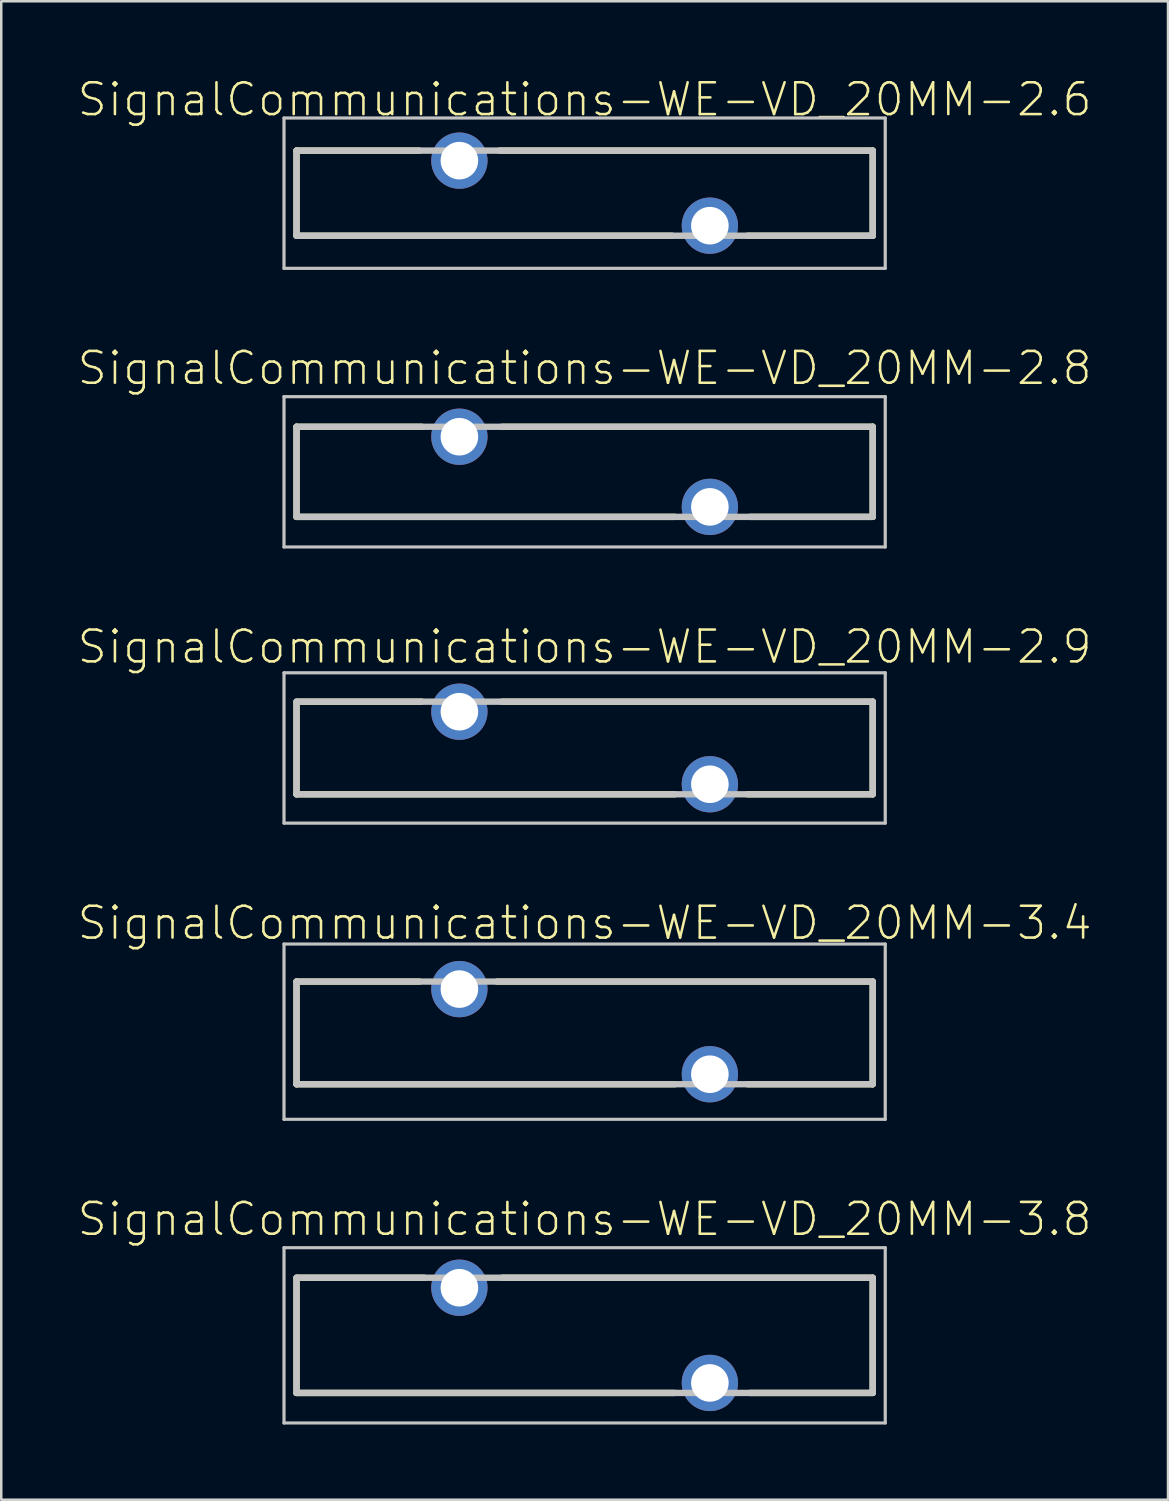
<source format=kicad_pcb>
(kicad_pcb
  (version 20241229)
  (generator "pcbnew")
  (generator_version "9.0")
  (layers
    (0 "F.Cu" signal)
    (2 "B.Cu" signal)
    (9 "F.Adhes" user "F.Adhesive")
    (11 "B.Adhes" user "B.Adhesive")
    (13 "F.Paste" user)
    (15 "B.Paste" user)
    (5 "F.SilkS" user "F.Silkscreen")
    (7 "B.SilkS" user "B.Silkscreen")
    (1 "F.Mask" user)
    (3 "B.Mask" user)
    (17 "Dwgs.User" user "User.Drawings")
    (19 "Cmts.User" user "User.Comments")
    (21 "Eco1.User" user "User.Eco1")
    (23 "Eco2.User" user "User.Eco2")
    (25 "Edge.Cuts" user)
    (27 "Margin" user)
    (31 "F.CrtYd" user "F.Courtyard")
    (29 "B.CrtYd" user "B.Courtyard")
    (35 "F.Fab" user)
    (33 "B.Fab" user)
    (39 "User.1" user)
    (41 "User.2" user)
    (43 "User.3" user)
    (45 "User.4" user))
  (footprint "SignalCommunications-WE-VD_20MM-2.8"
    (layer "F.Cu")
    (at 20.285 15.782)
    (property "Reference" "SignalCommunications-WE-VD_20MM-2.8" (at 0 -4.138 0) (layer "F.SilkS") (effects (font (size 1.27 1.27) (thickness 0.102))))
    (attr exclude_from_pos_files exclude_from_bom)
    (fp_line (start -11.499 -1.798) (end -6.5 -1.798) (stroke (width 0.254) (type solid)) (layer "F.SilkS"))
    (fp_line (start -11.499 1.798) (end -11.499 -1.798) (stroke (width 0.254) (type solid)) (layer "F.SilkS"))
    (fp_line (start -3.299 -1.798) (end 11.499 -1.798) (stroke (width 0.254) (type solid)) (layer "F.SilkS"))
    (fp_line (start 3.599 1.798) (end -11.499 1.798) (stroke (width 0.254) (type solid)) (layer "F.SilkS"))
    (fp_line (start 11.499 -1.798) (end 11.499 1.798) (stroke (width 0.254) (type solid)) (layer "F.SilkS"))
    (fp_line (start 11.499 1.798) (end 6.599 1.798) (stroke (width 0.254) (type solid)) (layer "F.SilkS"))
    (fp_line (start -11.999 -3) (end 11.999 -3) (stroke (width 0.127) (type solid)) (layer "Dwgs.User"))
    (fp_line (start -11.999 3) (end -11.999 -3) (stroke (width 0.127) (type solid)) (layer "Dwgs.User"))
    (fp_line (start -11.499 -1.798) (end 11.499 -1.798) (stroke (width 0.254) (type solid)) (layer "Dwgs.User"))
    (fp_line (start -11.499 1.798) (end -11.499 -1.798) (stroke (width 0.254) (type solid)) (layer "Dwgs.User"))
    (fp_line (start 11.499 -1.798) (end 11.499 1.798) (stroke (width 0.254) (type solid)) (layer "Dwgs.User"))
    (fp_line (start 11.499 1.798) (end -11.499 1.798) (stroke (width 0.254) (type solid)) (layer "Dwgs.User"))
    (fp_line (start 11.999 -3) (end 11.999 3) (stroke (width 0.127) (type solid)) (layer "Dwgs.User"))
    (fp_line (start 11.999 3) (end -11.999 3) (stroke (width 0.127) (type solid)) (layer "Dwgs.User"))
    (pad "1" thru_hole circle (at -4.999 -1.4) (size 2.248 2.248) (drill 1.499) (layers "*.Cu" "*.Paste" "*.Mask"))
    (pad "2" thru_hole circle (at 4.999 1.4) (size 2.248 2.248) (drill 1.499) (layers "*.Cu" "*.Paste" "*.Mask")))
  (footprint "SignalCommunications-WE-VD_20MM-3.4"
    (layer "F.Cu")
    (at 20.285 38.128)
    (property "Reference" "SignalCommunications-WE-VD_20MM-3.4" (at 0 -4.338 0) (layer "F.SilkS") (effects (font (size 1.27 1.27) (thickness 0.102))))
    (attr exclude_from_pos_files exclude_from_bom)
    (fp_line (start -11.499 -1.999) (end -6.599 -1.999) (stroke (width 0.254) (type solid)) (layer "F.SilkS"))
    (fp_line (start -11.499 2.098) (end -11.499 -1.999) (stroke (width 0.254) (type solid)) (layer "F.SilkS"))
    (fp_line (start -3.498 -1.999) (end 11.499 -1.999) (stroke (width 0.254) (type solid)) (layer "F.SilkS"))
    (fp_line (start 3.599 2.098) (end -11.499 2.098) (stroke (width 0.254) (type solid)) (layer "F.SilkS"))
    (fp_line (start 11.499 -1.999) (end 11.499 2.098) (stroke (width 0.254) (type solid)) (layer "F.SilkS"))
    (fp_line (start 11.499 2.098) (end 6.5 2.098) (stroke (width 0.254) (type solid)) (layer "F.SilkS"))
    (fp_line (start -11.999 -3.498) (end 11.999 -3.498) (stroke (width 0.127) (type solid)) (layer "Dwgs.User"))
    (fp_line (start -11.999 3.498) (end -11.999 -3.498) (stroke (width 0.127) (type solid)) (layer "Dwgs.User"))
    (fp_line (start -11.499 -1.999) (end 11.499 -1.999) (stroke (width 0.254) (type solid)) (layer "Dwgs.User"))
    (fp_line (start -11.499 2.098) (end -11.499 -1.999) (stroke (width 0.254) (type solid)) (layer "Dwgs.User"))
    (fp_line (start 11.499 -1.999) (end 11.499 2.098) (stroke (width 0.254) (type solid)) (layer "Dwgs.User"))
    (fp_line (start 11.499 2.098) (end -11.499 2.098) (stroke (width 0.254) (type solid)) (layer "Dwgs.User"))
    (fp_line (start 11.999 -3.498) (end 11.999 3.498) (stroke (width 0.127) (type solid)) (layer "Dwgs.User"))
    (fp_line (start 11.999 3.498) (end -11.999 3.498) (stroke (width 0.127) (type solid)) (layer "Dwgs.User"))
    (pad "1" thru_hole circle (at -4.999 -1.699) (size 2.248 2.248) (drill 1.499) (layers "*.Cu" "*.Paste" "*.Mask"))
    (pad "2" thru_hole circle (at 4.999 1.699) (size 2.248 2.248) (drill 1.499) (layers "*.Cu" "*.Paste" "*.Mask")))
  (footprint "SignalCommunications-WE-VD_20MM-2.6"
    (layer "F.Cu")
    (at 20.285 4.66)
    (property "Reference" "SignalCommunications-WE-VD_20MM-2.6" (at 0 -3.739 0) (layer "F.SilkS") (effects (font (size 1.27 1.27) (thickness 0.102))))
    (attr exclude_from_pos_files exclude_from_bom)
    (fp_line (start -11.499 -1.699) (end -6.599 -1.699) (stroke (width 0.254) (type solid)) (layer "F.SilkS"))
    (fp_line (start -11.499 1.699) (end -11.499 -1.699) (stroke (width 0.254) (type solid)) (layer "F.SilkS"))
    (fp_line (start -3.399 -1.699) (end 11.499 -1.699) (stroke (width 0.254) (type solid)) (layer "F.SilkS"))
    (fp_line (start 3.498 1.699) (end -11.499 1.699) (stroke (width 0.254) (type solid)) (layer "F.SilkS"))
    (fp_line (start 11.499 -1.699) (end 11.499 1.699) (stroke (width 0.254) (type solid)) (layer "F.SilkS"))
    (fp_line (start 11.499 1.699) (end 6.5 1.699) (stroke (width 0.254) (type solid)) (layer "F.SilkS"))
    (fp_line (start -11.999 -3) (end 11.999 -3) (stroke (width 0.127) (type solid)) (layer "Dwgs.User"))
    (fp_line (start -11.999 3) (end -11.999 -3) (stroke (width 0.127) (type solid)) (layer "Dwgs.User"))
    (fp_line (start -11.499 -1.699) (end 11.499 -1.699) (stroke (width 0.254) (type solid)) (layer "Dwgs.User"))
    (fp_line (start -11.499 1.699) (end -11.499 -1.699) (stroke (width 0.254) (type solid)) (layer "Dwgs.User"))
    (fp_line (start 11.499 -1.699) (end 11.499 1.699) (stroke (width 0.254) (type solid)) (layer "Dwgs.User"))
    (fp_line (start 11.499 1.699) (end -11.499 1.699) (stroke (width 0.254) (type solid)) (layer "Dwgs.User"))
    (fp_line (start 11.999 -3) (end 11.999 3) (stroke (width 0.127) (type solid)) (layer "Dwgs.User"))
    (fp_line (start 11.999 3) (end -11.999 3) (stroke (width 0.127) (type solid)) (layer "Dwgs.User"))
    (pad "1" thru_hole circle (at -4.999 -1.298) (size 2.248 2.248) (drill 1.499) (layers "*.Cu" "*.Paste" "*.Mask"))
    (pad "2" thru_hole circle (at 4.999 1.298) (size 2.248 2.248) (drill 1.499) (layers "*.Cu" "*.Paste" "*.Mask")))
  (footprint "SignalCommunications-WE-VD_20MM-3.8"
    (layer "F.Cu")
    (at 20.285 50.249)
    (property "Reference" "SignalCommunications-WE-VD_20MM-3.8" (at 0 -4.638 0) (layer "F.SilkS") (effects (font (size 1.27 1.27) (thickness 0.102))))
    (attr exclude_from_pos_files exclude_from_bom)
    (fp_line (start -11.499 -2.299) (end -6.398 -2.299) (stroke (width 0.254) (type solid)) (layer "F.SilkS"))
    (fp_line (start -11.499 2.299) (end -11.499 -2.2) (stroke (width 0.254) (type solid)) (layer "F.SilkS"))
    (fp_line (start -3.299 -2.299) (end 11.499 -2.299) (stroke (width 0.254) (type solid)) (layer "F.SilkS"))
    (fp_line (start 3.599 2.299) (end -11.499 2.299) (stroke (width 0.254) (type solid)) (layer "F.SilkS"))
    (fp_line (start 11.499 -2.299) (end 11.499 2.299) (stroke (width 0.254) (type solid)) (layer "F.SilkS"))
    (fp_line (start 11.499 2.299) (end 6.599 2.299) (stroke (width 0.254) (type solid)) (layer "F.SilkS"))
    (fp_line (start -11.999 -3.498) (end 11.999 -3.498) (stroke (width 0.127) (type solid)) (layer "Dwgs.User"))
    (fp_line (start -11.999 3.498) (end -11.999 -3.498) (stroke (width 0.127) (type solid)) (layer "Dwgs.User"))
    (fp_line (start -11.499 -2.299) (end 11.499 -2.299) (stroke (width 0.254) (type solid)) (layer "Dwgs.User"))
    (fp_line (start -11.499 2.299) (end -11.499 -2.299) (stroke (width 0.254) (type solid)) (layer "Dwgs.User"))
    (fp_line (start 11.499 -2.299) (end 11.499 2.299) (stroke (width 0.254) (type solid)) (layer "Dwgs.User"))
    (fp_line (start 11.499 2.299) (end -11.499 2.299) (stroke (width 0.254) (type solid)) (layer "Dwgs.User"))
    (fp_line (start 11.999 -3.498) (end 11.999 3.498) (stroke (width 0.127) (type solid)) (layer "Dwgs.User"))
    (fp_line (start 11.999 3.498) (end -11.999 3.498) (stroke (width 0.127) (type solid)) (layer "Dwgs.User"))
    (pad "1" thru_hole circle (at -4.999 -1.9) (size 2.248 2.248) (drill 1.499) (layers "*.Cu" "*.Paste" "*.Mask"))
    (pad "2" thru_hole circle (at 4.999 1.9) (size 2.248 2.248) (drill 1.499) (layers "*.Cu" "*.Paste" "*.Mask")))
  (footprint "SignalCommunications-WE-VD_20MM-2.9"
    (layer "F.Cu")
    (at 20.285 26.805)
    (property "Reference" "SignalCommunications-WE-VD_20MM-2.9" (at 0 -4.039 0) (layer "F.SilkS") (effects (font (size 1.27 1.27) (thickness 0.102))))
    (attr exclude_from_pos_files exclude_from_bom)
    (fp_line (start -11.499 1.849) (end -11.499 -1.849) (stroke (width 0.254) (type solid)) (layer "F.SilkS"))
    (fp_line (start -11.4 -1.849) (end -6.5 -1.849) (stroke (width 0.254) (type solid)) (layer "F.SilkS"))
    (fp_line (start -3.299 -1.849) (end 11.499 -1.849) (stroke (width 0.254) (type solid)) (layer "F.SilkS"))
    (fp_line (start 3.599 1.849) (end -11.499 1.849) (stroke (width 0.254) (type solid)) (layer "F.SilkS"))
    (fp_line (start 11.499 -1.849) (end 11.499 1.849) (stroke (width 0.254) (type solid)) (layer "F.SilkS"))
    (fp_line (start 11.499 1.849) (end 6.5 1.849) (stroke (width 0.254) (type solid)) (layer "F.SilkS"))
    (fp_line (start -11.999 -3) (end 11.999 -3) (stroke (width 0.127) (type solid)) (layer "Dwgs.User"))
    (fp_line (start -11.999 3) (end -11.999 -3) (stroke (width 0.127) (type solid)) (layer "Dwgs.User"))
    (fp_line (start -11.499 -1.849) (end 11.499 -1.849) (stroke (width 0.254) (type solid)) (layer "Dwgs.User"))
    (fp_line (start -11.499 1.849) (end -11.499 -1.849) (stroke (width 0.254) (type solid)) (layer "Dwgs.User"))
    (fp_line (start 11.499 -1.849) (end 11.499 1.849) (stroke (width 0.254) (type solid)) (layer "Dwgs.User"))
    (fp_line (start 11.499 1.849) (end -11.499 1.849) (stroke (width 0.254) (type solid)) (layer "Dwgs.User"))
    (fp_line (start 11.999 -3) (end 11.999 3) (stroke (width 0.127) (type solid)) (layer "Dwgs.User"))
    (fp_line (start 11.999 3) (end -11.999 3) (stroke (width 0.127) (type solid)) (layer "Dwgs.User"))
    (pad "1" thru_hole circle (at -4.999 -1.448) (size 2.248 2.248) (drill 1.499) (layers "*.Cu" "*.Paste" "*.Mask"))
    (pad "2" thru_hole circle (at 4.999 1.448) (size 2.248 2.248) (drill 1.499) (layers "*.Cu" "*.Paste" "*.Mask")))
  (gr_rect
    (start -3 -3)
    (end 43.57 56.81)
    (stroke (width 0.1) (type default))
    (fill no)
    (layer "Edge.Cuts")))
</source>
